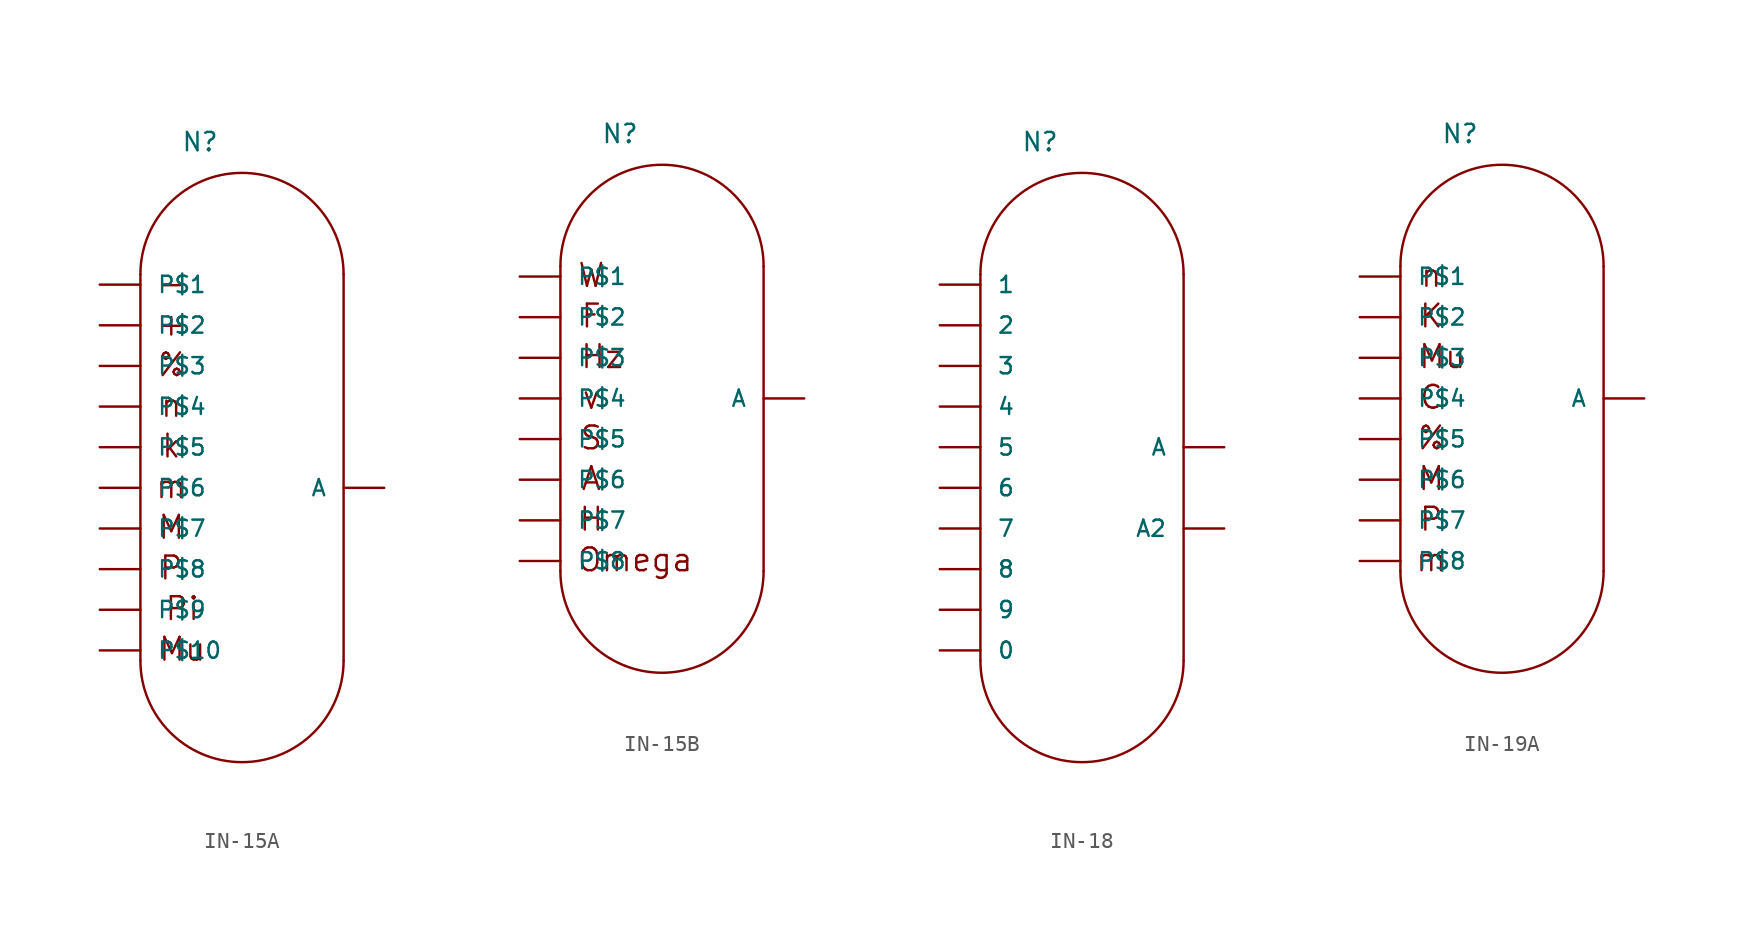
<source format=kicad_sym>
(kicad_symbol_lib
  (version 20231120)
  (generator "kicad_symbol_editor")
  (generator_version "8.0")
  (symbol "IN-15A"
    (pin_numbers hide)
    (pin_names
      (offset 1.016))
    (property "Reference" "N"
      (at -2.54 20.955 0)
      (effects (font (size 1.143 1.143)) (justify left bottom)))
    (property "ki_locked" ""
      (at 0 0 0)
      (effects (font (size 1.27 1.27))))
    (symbol "IN-15A_1_0"
      (polyline (pts (xy -5.08 -10.795) (xy -5.08 13.335)) (stroke (width 0) (type solid)) (fill (type none)))
      (polyline (pts (xy 7.62 -10.795) (xy 7.62 13.335)) (stroke (width 0) (type solid)) (fill (type none)))
      (text "%" (at -3.15 7.696 0) (effects (font (size 1.422 1.422))))
      (text "+" (at -3.15 10.236 0) (effects (font (size 1.422 1.422))))
      (text "-" (at -3.15 12.776 0) (effects (font (size 1.422 1.422))))
      (text "k" (at -3.15 2.616 0) (effects (font (size 1.422 1.422))))
      (text "M" (at -3.15 -2.464 0) (effects (font (size 1.422 1.422))))
      (text "m" (at -3.15 0.076 0) (effects (font (size 1.422 1.422))))
      (text "Mu" (at -2.464 -10.084 0) (effects (font (size 1.422 1.422))))
      (text "n" (at -3.15 5.156 0) (effects (font (size 1.422 1.422))))
      (text "P" (at -3.15 -5.004 0) (effects (font (size 1.422 1.422))))
      (text "Pi" (at -2.464 -7.544 0) (effects (font (size 1.422 1.422)))))
    (symbol "IN-15A_1_1"
      (arc (start -5.08 -10.795) (mid 1.27 -17.145) (end 7.62 -10.795) (stroke (width 0) (type solid)) (fill (type none)))
      (arc (start 7.62 13.335) (mid 1.27 19.685) (end -5.08 13.335) (stroke (width 0) (type solid)) (fill (type none)))
      (pin bidirectional line (at -7.62 -10.16 0) (length 2.54) (name "P$10" (effects (font (size 1.016 1.016)))) (number "0" (effects (font (size 1.016 1.016)))))
      (pin bidirectional line (at -7.62 5.08 0) (length 2.54) (name "P$4" (effects (font (size 1.016 1.016)))) (number "1" (effects (font (size 1.016 1.016)))))
      (pin bidirectional line (at -7.62 7.62 0) (length 2.54) (name "P$3" (effects (font (size 1.016 1.016)))) (number "2" (effects (font (size 1.016 1.016)))))
      (pin bidirectional line (at -7.62 -7.62 0) (length 2.54) (name "P$9" (effects (font (size 1.016 1.016)))) (number "3" (effects (font (size 1.016 1.016)))))
      (pin bidirectional line (at -7.62 2.54 0) (length 2.54) (name "P$5" (effects (font (size 1.016 1.016)))) (number "4" (effects (font (size 1.016 1.016)))))
      (pin bidirectional line (at -7.62 -2.54 0) (length 2.54) (name "P$7" (effects (font (size 1.016 1.016)))) (number "5" (effects (font (size 1.016 1.016)))))
      (pin bidirectional line (at -7.62 0 0) (length 2.54) (name "P$6" (effects (font (size 1.016 1.016)))) (number "6" (effects (font (size 1.016 1.016)))))
      (pin bidirectional line (at -7.62 10.16 0) (length 2.54) (name "P$2" (effects (font (size 1.016 1.016)))) (number "7" (effects (font (size 1.016 1.016)))))
      (pin bidirectional line (at -7.62 12.7 0) (length 2.54) (name "P$1" (effects (font (size 1.016 1.016)))) (number "8" (effects (font (size 1.016 1.016)))))
      (pin bidirectional line (at -7.62 -5.08 0) (length 2.54) (name "P$8" (effects (font (size 1.016 1.016)))) (number "9" (effects (font (size 1.016 1.016)))))
      (pin bidirectional line (at 10.16 0 180) (length 2.54) (name "A" (effects (font (size 1.016 1.016)))) (number "A" (effects (font (size 1.016 1.016)))))))
  (symbol "IN-15B"
    (pin_numbers hide)
    (pin_names
      (offset 1.016))
    (property "Reference" "N"
      (at -2.54 20.955 0)
      (effects (font (size 1.143 1.143)) (justify left bottom)))
    (property "ki_locked" ""
      (at 0 0 0)
      (effects (font (size 1.27 1.27))))
    (symbol "IN-15B_1_0"
      (polyline (pts (xy -5.08 -5.715) (xy -5.08 13.335)) (stroke (width 0) (type solid)) (fill (type none)))
      (polyline (pts (xy 7.62 -5.715) (xy 7.62 13.335)) (stroke (width 0) (type solid)) (fill (type none)))
      (text "A" (at -3.15 0.076 0) (effects (font (size 1.422 1.422))))
      (text "F" (at -3.15 10.236 0) (effects (font (size 1.422 1.422))))
      (text "H" (at -3.15 -2.464 0) (effects (font (size 1.422 1.422))))
      (text "Hz" (at -2.464 7.696 0) (effects (font (size 1.422 1.422))))
      (text "Omega" (at -0.406 -5.004 0) (effects (font (size 1.422 1.422))))
      (text "S" (at -3.15 2.616 0) (effects (font (size 1.422 1.422))))
      (text "v" (at -3.15 5.156 0) (effects (font (size 1.422 1.422))))
      (text "W" (at -3.15 12.776 0) (effects (font (size 1.422 1.422)))))
    (symbol "IN-15B_1_1"
      (arc (start -5.08 -5.715) (mid 1.27 -12.065) (end 7.62 -5.715) (stroke (width 0) (type solid)) (fill (type none)))
      (arc (start 7.62 13.335) (mid 1.27 19.685) (end -5.08 13.335) (stroke (width 0) (type solid)) (fill (type none)))
      (pin bidirectional line (at -7.62 12.7 0) (length 2.54) (name "P$1" (effects (font (size 1.016 1.016)))) (number "0" (effects (font (size 1.016 1.016)))))
      (pin bidirectional line (at -7.62 0 0) (length 2.54) (name "P$6" (effects (font (size 1.016 1.016)))) (number "1" (effects (font (size 1.016 1.016)))))
      (pin bidirectional line (at -7.62 -5.08 0) (length 2.54) (name "P$8" (effects (font (size 1.016 1.016)))) (number "2" (effects (font (size 1.016 1.016)))))
      (pin bidirectional line (at -7.62 2.54 0) (length 2.54) (name "P$5" (effects (font (size 1.016 1.016)))) (number "4" (effects (font (size 1.016 1.016)))))
      (pin bidirectional line (at -7.62 5.08 0) (length 2.54) (name "P$4" (effects (font (size 1.016 1.016)))) (number "5" (effects (font (size 1.016 1.016)))))
      (pin bidirectional line (at -7.62 -2.54 0) (length 2.54) (name "P$7" (effects (font (size 1.016 1.016)))) (number "6" (effects (font (size 1.016 1.016)))))
      (pin bidirectional line (at -7.62 7.62 0) (length 2.54) (name "P$3" (effects (font (size 1.016 1.016)))) (number "7" (effects (font (size 1.016 1.016)))))
      (pin bidirectional line (at -7.62 10.16 0) (length 2.54) (name "P$2" (effects (font (size 1.016 1.016)))) (number "9" (effects (font (size 1.016 1.016)))))
      (pin bidirectional line (at 10.16 5.08 180) (length 2.54) (name "A" (effects (font (size 1.016 1.016)))) (number "A" (effects (font (size 1.016 1.016)))))))
  (symbol "IN-18"
    (pin_numbers hide)
    (pin_names
      (offset 1.016))
    (property "Reference" "N"
      (at -5.08 20.955 0)
      (effects (font (size 1.143 1.143)) (justify left bottom)))
    (property "ki_locked" ""
      (at 0 0 0)
      (effects (font (size 1.27 1.27))))
    (symbol "IN-18_1_0"
      (polyline (pts (xy -7.62 -10.795) (xy -7.62 13.335)) (stroke (width 0) (type solid)) (fill (type none)))
      (polyline (pts (xy 5.08 -10.795) (xy 5.08 13.335)) (stroke (width 0) (type solid)) (fill (type none))))
    (symbol "IN-18_1_1"
      (arc (start -7.62 -10.795) (mid -1.27 -17.145) (end 5.08 -10.795) (stroke (width 0) (type solid)) (fill (type none)))
      (arc (start 5.08 13.335) (mid -1.27 19.685) (end -7.62 13.335) (stroke (width 0) (type solid)) (fill (type none)))
      (pin bidirectional line (at -10.16 -10.16 0) (length 2.54) (name "0" (effects (font (size 1.016 1.016)))) (number "0" (effects (font (size 1.016 1.016)))))
      (pin bidirectional line (at -10.16 12.7 0) (length 2.54) (name "1" (effects (font (size 1.016 1.016)))) (number "1" (effects (font (size 1.016 1.016)))))
      (pin bidirectional line (at -10.16 10.16 0) (length 2.54) (name "2" (effects (font (size 1.016 1.016)))) (number "2" (effects (font (size 1.016 1.016)))))
      (pin bidirectional line (at -10.16 7.62 0) (length 2.54) (name "3" (effects (font (size 1.016 1.016)))) (number "3" (effects (font (size 1.016 1.016)))))
      (pin bidirectional line (at -10.16 5.08 0) (length 2.54) (name "4" (effects (font (size 1.016 1.016)))) (number "4" (effects (font (size 1.016 1.016)))))
      (pin bidirectional line (at -10.16 2.54 0) (length 2.54) (name "5" (effects (font (size 1.016 1.016)))) (number "5" (effects (font (size 1.016 1.016)))))
      (pin bidirectional line (at -10.16 0 0) (length 2.54) (name "6" (effects (font (size 1.016 1.016)))) (number "6" (effects (font (size 1.016 1.016)))))
      (pin bidirectional line (at -10.16 -2.54 0) (length 2.54) (name "7" (effects (font (size 1.016 1.016)))) (number "7" (effects (font (size 1.016 1.016)))))
      (pin bidirectional line (at -10.16 -5.08 0) (length 2.54) (name "8" (effects (font (size 1.016 1.016)))) (number "8" (effects (font (size 1.016 1.016)))))
      (pin bidirectional line (at -10.16 -7.62 0) (length 2.54) (name "9" (effects (font (size 1.016 1.016)))) (number "9" (effects (font (size 1.016 1.016)))))
      (pin bidirectional line (at 7.62 2.54 180) (length 2.54) (name "A" (effects (font (size 1.016 1.016)))) (number "A" (effects (font (size 1.016 1.016)))))
      (pin bidirectional line (at 7.62 -2.54 180) (length 2.54) (name "A2" (effects (font (size 1.016 1.016)))) (number "A2" (effects (font (size 1.016 1.016)))))))
  (symbol "IN-19A"
    (pin_numbers hide)
    (pin_names
      (offset 1.016))
    (property "Reference" "N"
      (at -2.54 20.955 0)
      (effects (font (size 1.143 1.143)) (justify left bottom)))
    (property "ki_locked" ""
      (at 0 0 0)
      (effects (font (size 1.27 1.27))))
    (symbol "IN-19A_1_0"
      (polyline (pts (xy -5.08 -5.715) (xy -5.08 13.335)) (stroke (width 0) (type solid)) (fill (type none)))
      (polyline (pts (xy 7.62 -5.715) (xy 7.62 13.335)) (stroke (width 0) (type solid)) (fill (type none)))
      (text "%" (at -3.15 2.616 0) (effects (font (size 1.422 1.422))))
      (text "C" (at -3.15 5.156 0) (effects (font (size 1.422 1.422))))
      (text "K" (at -3.15 10.236 0) (effects (font (size 1.422 1.422))))
      (text "m" (at -3.15 -5.004 0) (effects (font (size 1.422 1.422))))
      (text "M" (at -3.15 0.076 0) (effects (font (size 1.422 1.422))))
      (text "Mu" (at -2.464 7.696 0) (effects (font (size 1.422 1.422))))
      (text "n" (at -3.15 12.776 0) (effects (font (size 1.422 1.422))))
      (text "P" (at -3.15 -2.464 0) (effects (font (size 1.422 1.422)))))
    (symbol "IN-19A_1_1"
      (arc (start -5.08 -5.715) (mid 1.27 -12.065) (end 7.62 -5.715) (stroke (width 0) (type solid)) (fill (type none)))
      (arc (start 7.62 13.335) (mid 1.27 19.685) (end -5.08 13.335) (stroke (width 0) (type solid)) (fill (type none)))
      (pin bidirectional line (at -7.62 10.16 0) (length 2.54) (name "P$2" (effects (font (size 1.016 1.016)))) (number "10" (effects (font (size 1.016 1.016)))))
      (pin bidirectional line (at -7.62 12.7 0) (length 2.54) (name "P$1" (effects (font (size 1.016 1.016)))) (number "11" (effects (font (size 1.016 1.016)))))
      (pin bidirectional line (at -7.62 7.62 0) (length 2.54) (name "P$3" (effects (font (size 1.016 1.016)))) (number "12" (effects (font (size 1.016 1.016)))))
      (pin bidirectional line (at -7.62 5.08 0) (length 2.54) (name "P$4" (effects (font (size 1.016 1.016)))) (number "14" (effects (font (size 1.016 1.016)))))
      (pin bidirectional line (at -7.62 2.54 0) (length 2.54) (name "P$5" (effects (font (size 1.016 1.016)))) (number "2" (effects (font (size 1.016 1.016)))))
      (pin bidirectional line (at -7.62 0 0) (length 2.54) (name "P$6" (effects (font (size 1.016 1.016)))) (number "4" (effects (font (size 1.016 1.016)))))
      (pin bidirectional line (at -7.62 -2.54 0) (length 2.54) (name "P$7" (effects (font (size 1.016 1.016)))) (number "5" (effects (font (size 1.016 1.016)))))
      (pin bidirectional line (at -7.62 -5.08 0) (length 2.54) (name "P$8" (effects (font (size 1.016 1.016)))) (number "6" (effects (font (size 1.016 1.016)))))
      (pin bidirectional line (at 10.16 5.08 180) (length 2.54) (name "A" (effects (font (size 1.016 1.016)))) (number "8" (effects (font (size 1.016 1.016))))))))
</source>
